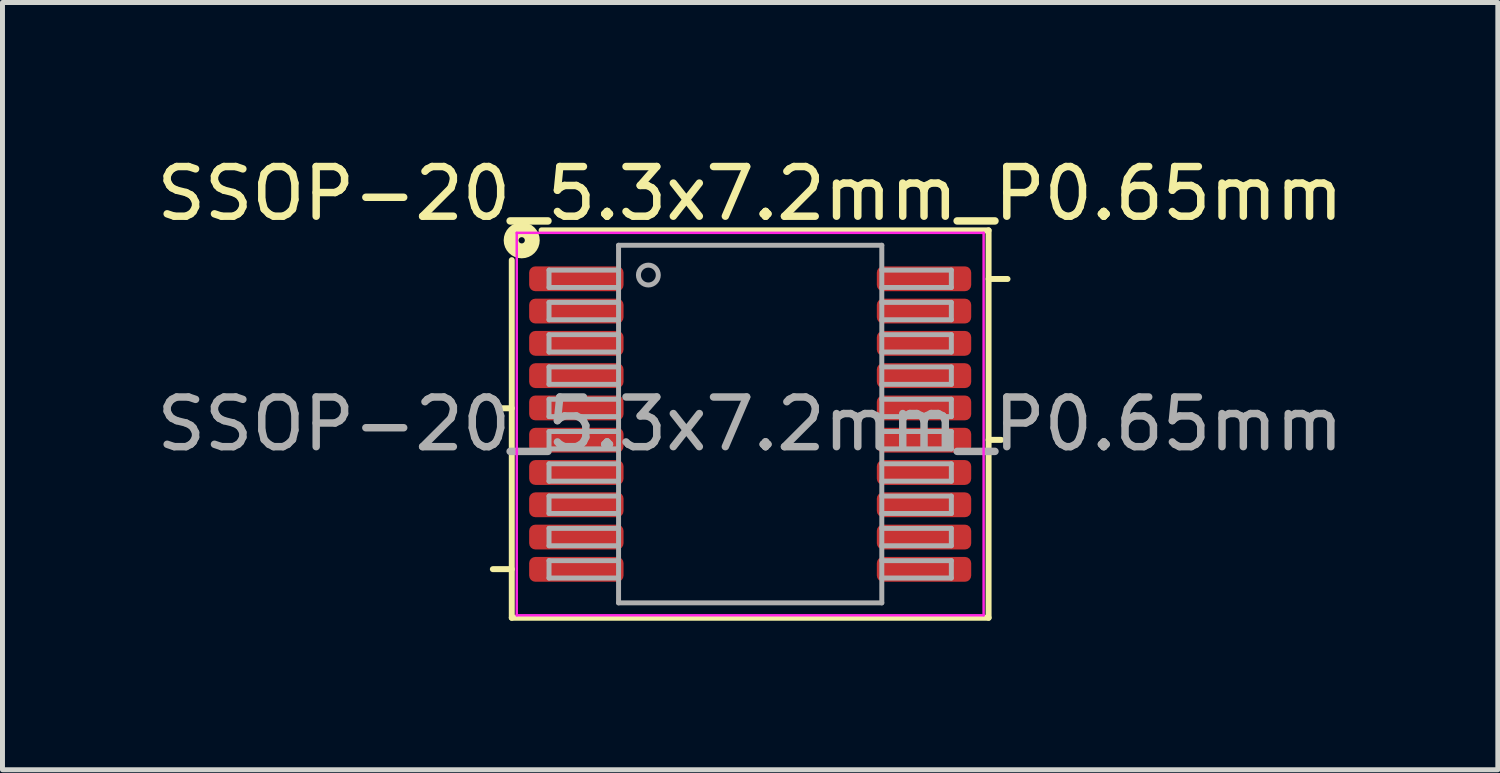
<source format=kicad_pcb>
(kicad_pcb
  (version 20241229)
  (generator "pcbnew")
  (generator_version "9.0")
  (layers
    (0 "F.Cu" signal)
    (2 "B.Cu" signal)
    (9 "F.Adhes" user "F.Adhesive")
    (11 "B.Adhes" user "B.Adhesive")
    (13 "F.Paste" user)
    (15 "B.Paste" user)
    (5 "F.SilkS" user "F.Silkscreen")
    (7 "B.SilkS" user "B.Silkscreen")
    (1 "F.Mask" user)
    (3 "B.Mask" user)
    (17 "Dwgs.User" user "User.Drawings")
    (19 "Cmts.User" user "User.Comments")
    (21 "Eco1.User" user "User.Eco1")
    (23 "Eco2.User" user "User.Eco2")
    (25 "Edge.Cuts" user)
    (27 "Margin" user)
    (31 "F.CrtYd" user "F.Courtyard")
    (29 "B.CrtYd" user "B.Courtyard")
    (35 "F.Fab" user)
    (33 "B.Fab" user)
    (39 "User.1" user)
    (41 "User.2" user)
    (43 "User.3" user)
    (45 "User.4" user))
  (footprint "SSOP-20_5.3x7.2mm_P0.65mm"
    (layer "F.Cu")
    (at 12.054 5.488)
    (property "Reference" "SSOP-20_5.3x7.2mm_P0.65mm" (at 0 -4.64 0) (layer "F.SilkS") (effects (font (size 1 1) (thickness 0.15))))
    (attr smd)
    (fp_line (start -4.8 -3.3) (end -4.8 3.9) (stroke (width 0.12) (type solid)) (layer "F.SilkS"))
    (fp_line (start -4.8 -0.318) (end -5.054 -0.318) (stroke (width 0.12) (type solid)) (layer "F.SilkS"))
    (fp_line (start -4.8 2.921) (end -5.181 2.921) (stroke (width 0.12) (type solid)) (layer "F.SilkS"))
    (fp_line (start -4.8 3.9) (end 4.8 3.9) (stroke (width 0.12) (type solid)) (layer "F.SilkS"))
    (fp_line (start 4.8 -3.9) (end -4.2 -3.9) (stroke (width 0.12) (type solid)) (layer "F.SilkS"))
    (fp_line (start 4.8 -2.921) (end 5.181 -2.921) (stroke (width 0.12) (type solid)) (layer "F.SilkS"))
    (fp_line (start 4.8 0.318) (end 5.054 0.318) (stroke (width 0.12) (type solid)) (layer "F.SilkS"))
    (fp_line (start 4.8 3.9) (end 4.8 -3.9) (stroke (width 0.12) (type solid)) (layer "F.SilkS"))
    (fp_circle (center -4.6 -3.7) (end -4.537 -3.7) (stroke (width 0.3) (type solid)) (fill no) (layer "F.SilkS"))
    (fp_line (start -4.7 -3.85) (end -4.7 3.85) (stroke (width 0.05) (type solid)) (layer "F.CrtYd"))
    (fp_line (start -4.7 3.85) (end 4.7 3.85) (stroke (width 0.05) (type solid)) (layer "F.CrtYd"))
    (fp_line (start 4.7 -3.85) (end -4.7 -3.85) (stroke (width 0.05) (type solid)) (layer "F.CrtYd"))
    (fp_line (start 4.7 3.85) (end 4.7 -3.85) (stroke (width 0.05) (type solid)) (layer "F.CrtYd"))
    (fp_line (start -4.05 -3.1) (end -4.05 -2.75) (stroke (width 0.1) (type solid)) (layer "F.Fab"))
    (fp_line (start -4.05 -3.1) (end -2.65 -3.1) (stroke (width 0.1) (type solid)) (layer "F.Fab"))
    (fp_line (start -4.05 -2.75) (end -2.65 -2.75) (stroke (width 0.1) (type solid)) (layer "F.Fab"))
    (fp_line (start -4.05 -2.45) (end -4.05 -2.1) (stroke (width 0.1) (type solid)) (layer "F.Fab"))
    (fp_line (start -4.05 -2.45) (end -2.65 -2.45) (stroke (width 0.1) (type solid)) (layer "F.Fab"))
    (fp_line (start -4.05 -2.1) (end -2.65 -2.1) (stroke (width 0.1) (type solid)) (layer "F.Fab"))
    (fp_line (start -4.05 -1.8) (end -4.05 -1.45) (stroke (width 0.1) (type solid)) (layer "F.Fab"))
    (fp_line (start -4.05 -1.8) (end -2.65 -1.8) (stroke (width 0.1) (type solid)) (layer "F.Fab"))
    (fp_line (start -4.05 -1.45) (end -2.65 -1.45) (stroke (width 0.1) (type solid)) (layer "F.Fab"))
    (fp_line (start -4.05 -1.15) (end -4.05 -0.8) (stroke (width 0.1) (type solid)) (layer "F.Fab"))
    (fp_line (start -4.05 -1.15) (end -2.65 -1.15) (stroke (width 0.1) (type solid)) (layer "F.Fab"))
    (fp_line (start -4.05 -0.8) (end -2.65 -0.8) (stroke (width 0.1) (type solid)) (layer "F.Fab"))
    (fp_line (start -4.05 -0.5) (end -4.05 -0.15) (stroke (width 0.1) (type solid)) (layer "F.Fab"))
    (fp_line (start -4.05 -0.5) (end -2.65 -0.5) (stroke (width 0.1) (type solid)) (layer "F.Fab"))
    (fp_line (start -4.05 -0.15) (end -2.65 -0.15) (stroke (width 0.1) (type solid)) (layer "F.Fab"))
    (fp_line (start -4.05 0.15) (end -4.05 0.5) (stroke (width 0.1) (type solid)) (layer "F.Fab"))
    (fp_line (start -4.05 0.15) (end -2.65 0.15) (stroke (width 0.1) (type solid)) (layer "F.Fab"))
    (fp_line (start -4.05 0.5) (end -2.65 0.5) (stroke (width 0.1) (type solid)) (layer "F.Fab"))
    (fp_line (start -4.05 0.8) (end -4.05 1.15) (stroke (width 0.1) (type solid)) (layer "F.Fab"))
    (fp_line (start -4.05 0.8) (end -2.65 0.8) (stroke (width 0.1) (type solid)) (layer "F.Fab"))
    (fp_line (start -4.05 1.15) (end -2.65 1.15) (stroke (width 0.1) (type solid)) (layer "F.Fab"))
    (fp_line (start -4.05 1.45) (end -4.05 1.8) (stroke (width 0.1) (type solid)) (layer "F.Fab"))
    (fp_line (start -4.05 1.45) (end -2.65 1.45) (stroke (width 0.1) (type solid)) (layer "F.Fab"))
    (fp_line (start -4.05 1.8) (end -2.65 1.8) (stroke (width 0.1) (type solid)) (layer "F.Fab"))
    (fp_line (start -4.05 2.1) (end -4.05 2.45) (stroke (width 0.1) (type solid)) (layer "F.Fab"))
    (fp_line (start -4.05 2.1) (end -2.65 2.1) (stroke (width 0.1) (type solid)) (layer "F.Fab"))
    (fp_line (start -4.05 2.45) (end -2.65 2.45) (stroke (width 0.1) (type solid)) (layer "F.Fab"))
    (fp_line (start -4.05 2.75) (end -4.05 3.1) (stroke (width 0.1) (type solid)) (layer "F.Fab"))
    (fp_line (start -4.05 2.75) (end -2.65 2.75) (stroke (width 0.1) (type solid)) (layer "F.Fab"))
    (fp_line (start -4.05 3.1) (end -2.65 3.1) (stroke (width 0.1) (type solid)) (layer "F.Fab"))
    (fp_line (start -2.65 -3.6) (end 2.65 -3.6) (stroke (width 0.1) (type solid)) (layer "F.Fab"))
    (fp_line (start -2.65 3.6) (end -2.65 -3.6) (stroke (width 0.1) (type solid)) (layer "F.Fab"))
    (fp_line (start 2.65 -3.6) (end 2.65 3.6) (stroke (width 0.1) (type solid)) (layer "F.Fab"))
    (fp_line (start 2.65 3.6) (end -2.65 3.6) (stroke (width 0.1) (type solid)) (layer "F.Fab"))
    (fp_line (start 4.05 -3.1) (end 2.65 -3.1) (stroke (width 0.1) (type solid)) (layer "F.Fab"))
    (fp_line (start 4.05 -2.75) (end 2.65 -2.75) (stroke (width 0.1) (type solid)) (layer "F.Fab"))
    (fp_line (start 4.05 -2.75) (end 4.05 -3.1) (stroke (width 0.1) (type solid)) (layer "F.Fab"))
    (fp_line (start 4.05 -2.45) (end 2.65 -2.45) (stroke (width 0.1) (type solid)) (layer "F.Fab"))
    (fp_line (start 4.05 -2.1) (end 2.65 -2.1) (stroke (width 0.1) (type solid)) (layer "F.Fab"))
    (fp_line (start 4.05 -2.1) (end 4.05 -2.45) (stroke (width 0.1) (type solid)) (layer "F.Fab"))
    (fp_line (start 4.05 -1.8) (end 2.65 -1.8) (stroke (width 0.1) (type solid)) (layer "F.Fab"))
    (fp_line (start 4.05 -1.45) (end 2.65 -1.45) (stroke (width 0.1) (type solid)) (layer "F.Fab"))
    (fp_line (start 4.05 -1.45) (end 4.05 -1.8) (stroke (width 0.1) (type solid)) (layer "F.Fab"))
    (fp_line (start 4.05 -1.15) (end 2.65 -1.15) (stroke (width 0.1) (type solid)) (layer "F.Fab"))
    (fp_line (start 4.05 -0.8) (end 2.65 -0.8) (stroke (width 0.1) (type solid)) (layer "F.Fab"))
    (fp_line (start 4.05 -0.8) (end 4.05 -1.15) (stroke (width 0.1) (type solid)) (layer "F.Fab"))
    (fp_line (start 4.05 -0.5) (end 2.65 -0.5) (stroke (width 0.1) (type solid)) (layer "F.Fab"))
    (fp_line (start 4.05 -0.15) (end 2.65 -0.15) (stroke (width 0.1) (type solid)) (layer "F.Fab"))
    (fp_line (start 4.05 -0.15) (end 4.05 -0.5) (stroke (width 0.1) (type solid)) (layer "F.Fab"))
    (fp_line (start 4.05 0.15) (end 2.65 0.15) (stroke (width 0.1) (type solid)) (layer "F.Fab"))
    (fp_line (start 4.05 0.5) (end 2.65 0.5) (stroke (width 0.1) (type solid)) (layer "F.Fab"))
    (fp_line (start 4.05 0.5) (end 4.05 0.15) (stroke (width 0.1) (type solid)) (layer "F.Fab"))
    (fp_line (start 4.05 0.8) (end 2.65 0.8) (stroke (width 0.1) (type solid)) (layer "F.Fab"))
    (fp_line (start 4.05 1.15) (end 2.65 1.15) (stroke (width 0.1) (type solid)) (layer "F.Fab"))
    (fp_line (start 4.05 1.15) (end 4.05 0.8) (stroke (width 0.1) (type solid)) (layer "F.Fab"))
    (fp_line (start 4.05 1.45) (end 2.65 1.45) (stroke (width 0.1) (type solid)) (layer "F.Fab"))
    (fp_line (start 4.05 1.8) (end 2.65 1.8) (stroke (width 0.1) (type solid)) (layer "F.Fab"))
    (fp_line (start 4.05 1.8) (end 4.05 1.45) (stroke (width 0.1) (type solid)) (layer "F.Fab"))
    (fp_line (start 4.05 2.1) (end 2.65 2.1) (stroke (width 0.1) (type solid)) (layer "F.Fab"))
    (fp_line (start 4.05 2.45) (end 2.65 2.45) (stroke (width 0.1) (type solid)) (layer "F.Fab"))
    (fp_line (start 4.05 2.45) (end 4.05 2.1) (stroke (width 0.1) (type solid)) (layer "F.Fab"))
    (fp_line (start 4.05 2.75) (end 2.65 2.75) (stroke (width 0.1) (type solid)) (layer "F.Fab"))
    (fp_line (start 4.05 3.1) (end 2.65 3.1) (stroke (width 0.1) (type solid)) (layer "F.Fab"))
    (fp_line (start 4.05 3.1) (end 4.05 2.75) (stroke (width 0.1) (type solid)) (layer "F.Fab"))
    (fp_circle (center -2.05 -3) (end -1.85 -3) (stroke (width 0.1) (type solid)) (fill no) (layer "F.Fab"))
    (fp_text user "${REFERENCE}" (at 0 0 0) (layer "F.Fab") (effects (font (size 1 1) (thickness 0.15))))
    (pad "1" smd roundrect (at -3.5 -2.925) (size 1.9 0.5) (layers "F.Cu" "F.Mask" "F.Paste") (roundrect_rratio 0.25))
    (pad "2" smd roundrect (at -3.5 -2.275) (size 1.9 0.5) (layers "F.Cu" "F.Mask" "F.Paste") (roundrect_rratio 0.25))
    (pad "3" smd roundrect (at -3.5 -1.625) (size 1.9 0.5) (layers "F.Cu" "F.Mask" "F.Paste") (roundrect_rratio 0.25))
    (pad "4" smd roundrect (at -3.5 -0.975) (size 1.9 0.5) (layers "F.Cu" "F.Mask" "F.Paste") (roundrect_rratio 0.25))
    (pad "5" smd roundrect (at -3.5 -0.325) (size 1.9 0.5) (layers "F.Cu" "F.Mask" "F.Paste") (roundrect_rratio 0.25))
    (pad "6" smd roundrect (at -3.5 0.325) (size 1.9 0.5) (layers "F.Cu" "F.Mask" "F.Paste") (roundrect_rratio 0.25))
    (pad "7" smd roundrect (at -3.5 0.975) (size 1.9 0.5) (layers "F.Cu" "F.Mask" "F.Paste") (roundrect_rratio 0.25))
    (pad "8" smd roundrect (at -3.5 1.625) (size 1.9 0.5) (layers "F.Cu" "F.Mask" "F.Paste") (roundrect_rratio 0.25))
    (pad "9" smd roundrect (at -3.5 2.275) (size 1.9 0.5) (layers "F.Cu" "F.Mask" "F.Paste") (roundrect_rratio 0.25))
    (pad "10" smd roundrect (at -3.5 2.925) (size 1.9 0.5) (layers "F.Cu" "F.Mask" "F.Paste") (roundrect_rratio 0.25))
    (pad "11" smd roundrect (at 3.5 2.925) (size 1.9 0.5) (layers "F.Cu" "F.Mask" "F.Paste") (roundrect_rratio 0.25))
    (pad "12" smd roundrect (at 3.5 2.275) (size 1.9 0.5) (layers "F.Cu" "F.Mask" "F.Paste") (roundrect_rratio 0.25))
    (pad "13" smd roundrect (at 3.5 1.625) (size 1.9 0.5) (layers "F.Cu" "F.Mask" "F.Paste") (roundrect_rratio 0.25))
    (pad "14" smd roundrect (at 3.5 0.975) (size 1.9 0.5) (layers "F.Cu" "F.Mask" "F.Paste") (roundrect_rratio 0.25))
    (pad "15" smd roundrect (at 3.5 0.325) (size 1.9 0.5) (layers "F.Cu" "F.Mask" "F.Paste") (roundrect_rratio 0.25))
    (pad "16" smd roundrect (at 3.5 -0.325) (size 1.9 0.5) (layers "F.Cu" "F.Mask" "F.Paste") (roundrect_rratio 0.25))
    (pad "17" smd roundrect (at 3.5 -0.975) (size 1.9 0.5) (layers "F.Cu" "F.Mask" "F.Paste") (roundrect_rratio 0.25))
    (pad "18" smd roundrect (at 3.5 -1.625) (size 1.9 0.5) (layers "F.Cu" "F.Mask" "F.Paste") (roundrect_rratio 0.25))
    (pad "19" smd roundrect (at 3.5 -2.275) (size 1.9 0.5) (layers "F.Cu" "F.Mask" "F.Paste") (roundrect_rratio 0.25))
    (pad "20" smd roundrect (at 3.5 -2.925) (size 1.9 0.5) (layers "F.Cu" "F.Mask" "F.Paste") (roundrect_rratio 0.25)))
  (gr_rect
    (start -3 -3)
    (end 27.107 12.448)
    (stroke (width 0.1) (type default))
    (fill no)
    (layer "Edge.Cuts")))
</source>
